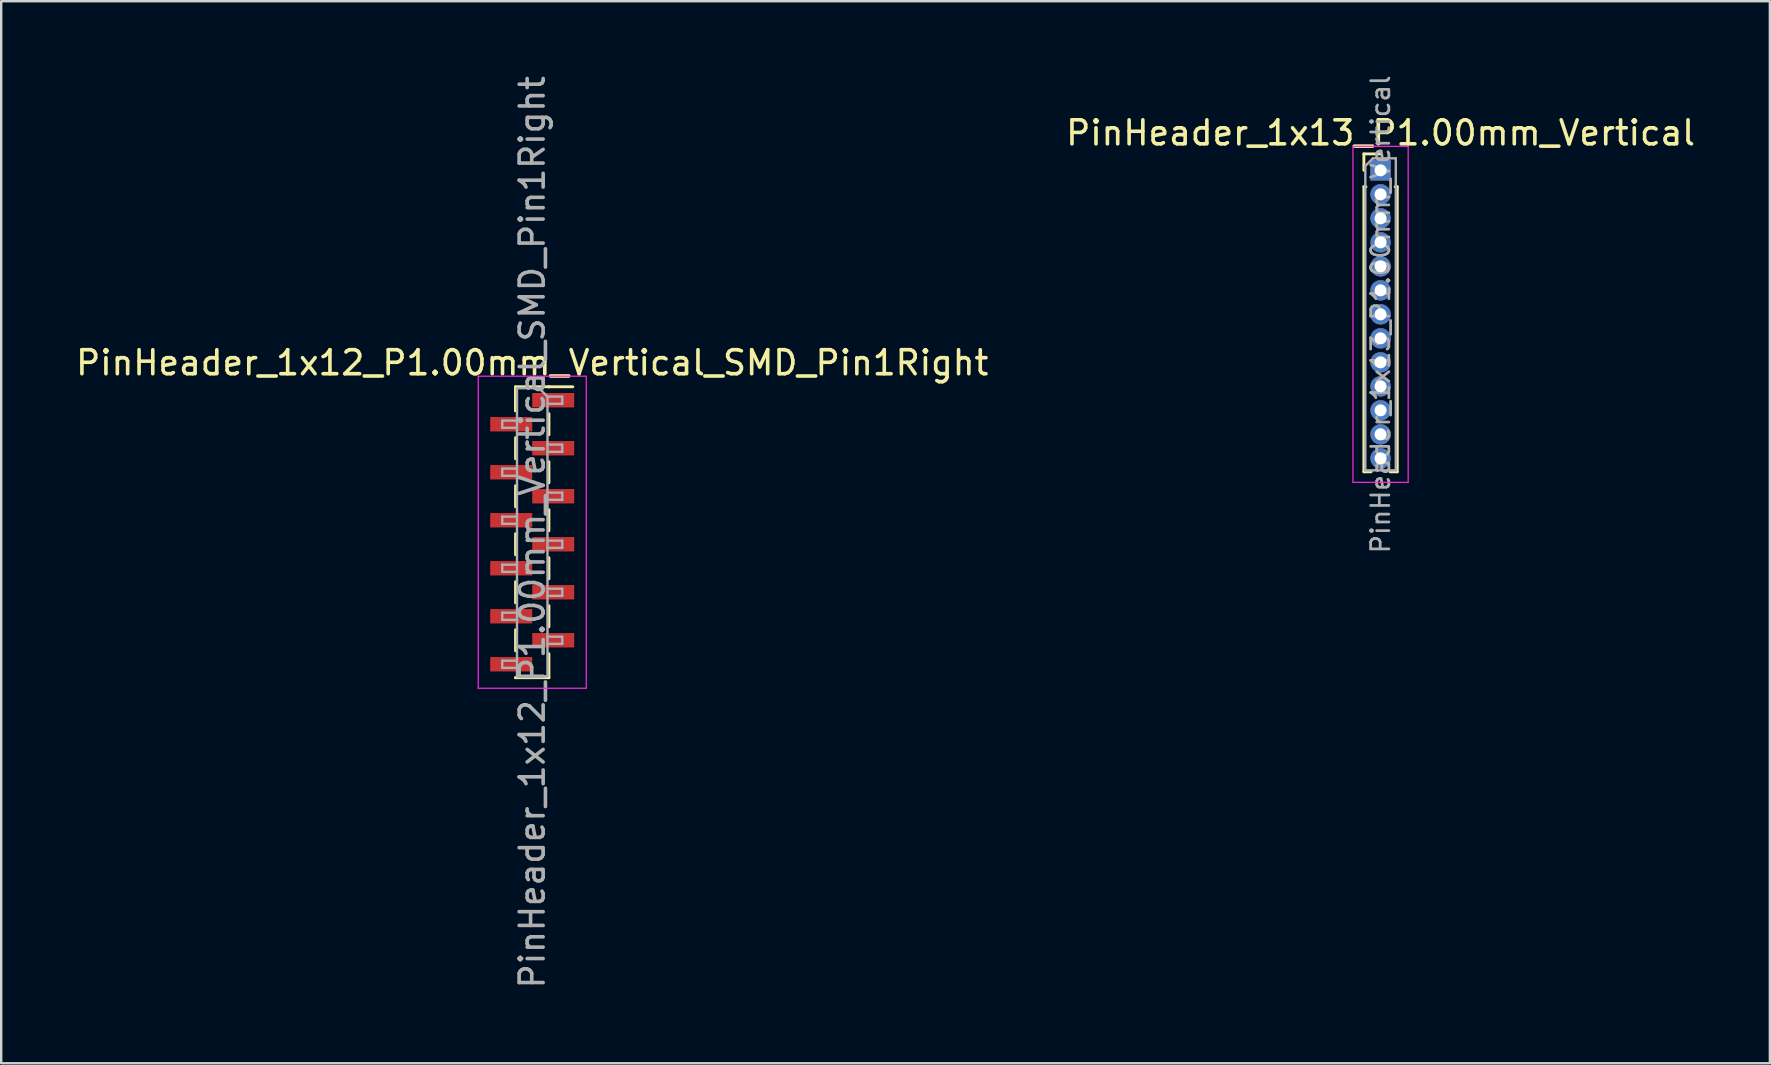
<source format=kicad_pcb>
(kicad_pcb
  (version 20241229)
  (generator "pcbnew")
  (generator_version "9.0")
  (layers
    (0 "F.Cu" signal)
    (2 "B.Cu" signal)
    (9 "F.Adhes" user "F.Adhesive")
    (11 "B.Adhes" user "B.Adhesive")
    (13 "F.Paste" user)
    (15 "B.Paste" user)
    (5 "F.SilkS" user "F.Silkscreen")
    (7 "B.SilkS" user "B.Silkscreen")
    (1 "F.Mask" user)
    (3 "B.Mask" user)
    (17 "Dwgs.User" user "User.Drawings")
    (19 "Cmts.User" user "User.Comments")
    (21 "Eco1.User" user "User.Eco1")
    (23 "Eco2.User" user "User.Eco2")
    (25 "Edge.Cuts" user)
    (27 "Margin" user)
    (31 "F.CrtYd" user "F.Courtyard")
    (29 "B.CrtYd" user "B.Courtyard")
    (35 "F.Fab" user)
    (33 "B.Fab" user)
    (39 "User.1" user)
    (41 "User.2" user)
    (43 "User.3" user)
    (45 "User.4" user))
  (footprint "PinHeader_1x13_P1.00mm_Vertical"
    (layer "F.Cu")
    (at 54.47 4.047)
    (property "Reference" "PinHeader_1x13_P1.00mm_Vertical" (at 0 -1.56 0) (layer "F.SilkS") (effects (font (size 1 1) (thickness 0.15))))
    (attr through_hole)
    (fp_line (start -0.695 -0.685) (end 0 -0.685) (stroke (width 0.12) (type solid)) (layer "F.SilkS"))
    (fp_line (start -0.695 0) (end -0.695 -0.685) (stroke (width 0.12) (type solid)) (layer "F.SilkS"))
    (fp_line (start -0.695 0.685) (end -0.695 12.56) (stroke (width 0.12) (type solid)) (layer "F.SilkS"))
    (fp_line (start -0.695 0.685) (end -0.608 0.685) (stroke (width 0.12) (type solid)) (layer "F.SilkS"))
    (fp_line (start -0.695 12.56) (end -0.394 12.56) (stroke (width 0.12) (type solid)) (layer "F.SilkS"))
    (fp_line (start 0.394 12.56) (end 0.695 12.56) (stroke (width 0.12) (type solid)) (layer "F.SilkS"))
    (fp_line (start 0.608 0.685) (end 0.695 0.685) (stroke (width 0.12) (type solid)) (layer "F.SilkS"))
    (fp_line (start 0.695 0.685) (end 0.695 12.56) (stroke (width 0.12) (type solid)) (layer "F.SilkS"))
    (fp_line (start -1.15 -1) (end -1.15 13) (stroke (width 0.05) (type solid)) (layer "F.CrtYd"))
    (fp_line (start -1.15 13) (end 1.15 13) (stroke (width 0.05) (type solid)) (layer "F.CrtYd"))
    (fp_line (start 1.15 -1) (end -1.15 -1) (stroke (width 0.05) (type solid)) (layer "F.CrtYd"))
    (fp_line (start 1.15 13) (end 1.15 -1) (stroke (width 0.05) (type solid)) (layer "F.CrtYd"))
    (fp_line (start -0.635 -0.182) (end -0.318 -0.5) (stroke (width 0.1) (type solid)) (layer "F.Fab"))
    (fp_line (start -0.635 12.5) (end -0.635 -0.182) (stroke (width 0.1) (type solid)) (layer "F.Fab"))
    (fp_line (start -0.318 -0.5) (end 0.635 -0.5) (stroke (width 0.1) (type solid)) (layer "F.Fab"))
    (fp_line (start 0.635 -0.5) (end 0.635 12.5) (stroke (width 0.1) (type solid)) (layer "F.Fab"))
    (fp_line (start 0.635 12.5) (end -0.635 12.5) (stroke (width 0.1) (type solid)) (layer "F.Fab"))
    (fp_text user "${REFERENCE}" (at 0 6 90) (layer "F.Fab") (effects (font (size 0.76 0.76) (thickness 0.114))))
    (pad "1" thru_hole rect (at 0 0) (size 0.85 0.85) (drill 0.5) (layers "*.Cu" "*.Mask"))
    (pad "2" thru_hole oval (at 0 1) (size 0.85 0.85) (drill 0.5) (layers "*.Cu" "*.Mask"))
    (pad "3" thru_hole oval (at 0 2) (size 0.85 0.85) (drill 0.5) (layers "*.Cu" "*.Mask"))
    (pad "4" thru_hole oval (at 0 3) (size 0.85 0.85) (drill 0.5) (layers "*.Cu" "*.Mask"))
    (pad "5" thru_hole oval (at 0 4) (size 0.85 0.85) (drill 0.5) (layers "*.Cu" "*.Mask"))
    (pad "6" thru_hole oval (at 0 5) (size 0.85 0.85) (drill 0.5) (layers "*.Cu" "*.Mask"))
    (pad "7" thru_hole oval (at 0 6) (size 0.85 0.85) (drill 0.5) (layers "*.Cu" "*.Mask"))
    (pad "8" thru_hole oval (at 0 7) (size 0.85 0.85) (drill 0.5) (layers "*.Cu" "*.Mask"))
    (pad "9" thru_hole oval (at 0 8) (size 0.85 0.85) (drill 0.5) (layers "*.Cu" "*.Mask"))
    (pad "10" thru_hole oval (at 0 9) (size 0.85 0.85) (drill 0.5) (layers "*.Cu" "*.Mask"))
    (pad "11" thru_hole oval (at 0 10) (size 0.85 0.85) (drill 0.5) (layers "*.Cu" "*.Mask"))
    (pad "12" thru_hole oval (at 0 11) (size 0.85 0.85) (drill 0.5) (layers "*.Cu" "*.Mask"))
    (pad "13" thru_hole oval (at 0 12) (size 0.85 0.85) (drill 0.5) (layers "*.Cu" "*.Mask")))
  (footprint "PinHeader_1x12_P1.00mm_Vertical_SMD_Pin1Right"
    (layer "F.Cu")
    (at 19.125 19.125)
    (property "Reference" "PinHeader_1x12_P1.00mm_Vertical_SMD_Pin1Right" (at 0 -7.06 0) (layer "F.SilkS") (effects (font (size 1 1) (thickness 0.15))))
    (attr smd)
    (fp_line (start -0.695 -6.06) (end -0.695 -5.06) (stroke (width 0.12) (type solid)) (layer "F.SilkS"))
    (fp_line (start -0.695 -6.06) (end 0.695 -6.06) (stroke (width 0.12) (type solid)) (layer "F.SilkS"))
    (fp_line (start -0.695 -5.94) (end -0.695 -5.06) (stroke (width 0.12) (type solid)) (layer "F.SilkS"))
    (fp_line (start -0.695 -3.94) (end -0.695 -3.06) (stroke (width 0.12) (type solid)) (layer "F.SilkS"))
    (fp_line (start -0.695 -1.94) (end -0.695 -1.06) (stroke (width 0.12) (type solid)) (layer "F.SilkS"))
    (fp_line (start -0.695 0.06) (end -0.695 0.94) (stroke (width 0.12) (type solid)) (layer "F.SilkS"))
    (fp_line (start -0.695 2.06) (end -0.695 2.94) (stroke (width 0.12) (type solid)) (layer "F.SilkS"))
    (fp_line (start -0.695 4.06) (end -0.695 4.94) (stroke (width 0.12) (type solid)) (layer "F.SilkS"))
    (fp_line (start -0.695 6.06) (end -0.695 6.06) (stroke (width 0.12) (type solid)) (layer "F.SilkS"))
    (fp_line (start -0.695 6.06) (end 0.695 6.06) (stroke (width 0.12) (type solid)) (layer "F.SilkS"))
    (fp_line (start 0.695 -6.06) (end 0.695 -6.06) (stroke (width 0.12) (type solid)) (layer "F.SilkS"))
    (fp_line (start 0.695 -6.06) (end 1.69 -6.06) (stroke (width 0.12) (type solid)) (layer "F.SilkS"))
    (fp_line (start 0.695 -4.94) (end 0.695 -4.06) (stroke (width 0.12) (type solid)) (layer "F.SilkS"))
    (fp_line (start 0.695 -2.94) (end 0.695 -2.06) (stroke (width 0.12) (type solid)) (layer "F.SilkS"))
    (fp_line (start 0.695 -0.94) (end 0.695 -0.06) (stroke (width 0.12) (type solid)) (layer "F.SilkS"))
    (fp_line (start 0.695 1.06) (end 0.695 1.94) (stroke (width 0.12) (type solid)) (layer "F.SilkS"))
    (fp_line (start 0.695 3.06) (end 0.695 3.94) (stroke (width 0.12) (type solid)) (layer "F.SilkS"))
    (fp_line (start 0.695 5.06) (end 0.695 6.06) (stroke (width 0.12) (type solid)) (layer "F.SilkS"))
    (fp_line (start -2.25 -6.5) (end -2.25 6.5) (stroke (width 0.05) (type solid)) (layer "F.CrtYd"))
    (fp_line (start -2.25 6.5) (end 2.25 6.5) (stroke (width 0.05) (type solid)) (layer "F.CrtYd"))
    (fp_line (start 2.25 -6.5) (end -2.25 -6.5) (stroke (width 0.05) (type solid)) (layer "F.CrtYd"))
    (fp_line (start 2.25 6.5) (end 2.25 -6.5) (stroke (width 0.05) (type solid)) (layer "F.CrtYd"))
    (fp_line (start -1.25 -4.65) (end -1.25 -4.35) (stroke (width 0.1) (type solid)) (layer "F.Fab"))
    (fp_line (start -1.25 -4.35) (end -0.635 -4.35) (stroke (width 0.1) (type solid)) (layer "F.Fab"))
    (fp_line (start -1.25 -2.65) (end -1.25 -2.35) (stroke (width 0.1) (type solid)) (layer "F.Fab"))
    (fp_line (start -1.25 -2.35) (end -0.635 -2.35) (stroke (width 0.1) (type solid)) (layer "F.Fab"))
    (fp_line (start -1.25 -0.65) (end -1.25 -0.35) (stroke (width 0.1) (type solid)) (layer "F.Fab"))
    (fp_line (start -1.25 -0.35) (end -0.635 -0.35) (stroke (width 0.1) (type solid)) (layer "F.Fab"))
    (fp_line (start -1.25 1.35) (end -1.25 1.65) (stroke (width 0.1) (type solid)) (layer "F.Fab"))
    (fp_line (start -1.25 1.65) (end -0.635 1.65) (stroke (width 0.1) (type solid)) (layer "F.Fab"))
    (fp_line (start -1.25 3.35) (end -1.25 3.65) (stroke (width 0.1) (type solid)) (layer "F.Fab"))
    (fp_line (start -1.25 3.65) (end -0.635 3.65) (stroke (width 0.1) (type solid)) (layer "F.Fab"))
    (fp_line (start -1.25 5.35) (end -1.25 5.65) (stroke (width 0.1) (type solid)) (layer "F.Fab"))
    (fp_line (start -1.25 5.65) (end -0.635 5.65) (stroke (width 0.1) (type solid)) (layer "F.Fab"))
    (fp_line (start -0.635 -6) (end -0.635 6) (stroke (width 0.1) (type solid)) (layer "F.Fab"))
    (fp_line (start -0.635 -6) (end 0.285 -6) (stroke (width 0.1) (type solid)) (layer "F.Fab"))
    (fp_line (start -0.635 -4.65) (end -1.25 -4.65) (stroke (width 0.1) (type solid)) (layer "F.Fab"))
    (fp_line (start -0.635 -2.65) (end -1.25 -2.65) (stroke (width 0.1) (type solid)) (layer "F.Fab"))
    (fp_line (start -0.635 -0.65) (end -1.25 -0.65) (stroke (width 0.1) (type solid)) (layer "F.Fab"))
    (fp_line (start -0.635 1.35) (end -1.25 1.35) (stroke (width 0.1) (type solid)) (layer "F.Fab"))
    (fp_line (start -0.635 3.35) (end -1.25 3.35) (stroke (width 0.1) (type solid)) (layer "F.Fab"))
    (fp_line (start -0.635 5.35) (end -1.25 5.35) (stroke (width 0.1) (type solid)) (layer "F.Fab"))
    (fp_line (start 0.635 -5.65) (end 0.285 -6) (stroke (width 0.1) (type solid)) (layer "F.Fab"))
    (fp_line (start 0.635 -5.65) (end 1.25 -5.65) (stroke (width 0.1) (type solid)) (layer "F.Fab"))
    (fp_line (start 0.635 -3.65) (end 1.25 -3.65) (stroke (width 0.1) (type solid)) (layer "F.Fab"))
    (fp_line (start 0.635 -1.65) (end 1.25 -1.65) (stroke (width 0.1) (type solid)) (layer "F.Fab"))
    (fp_line (start 0.635 0.35) (end 1.25 0.35) (stroke (width 0.1) (type solid)) (layer "F.Fab"))
    (fp_line (start 0.635 2.35) (end 1.25 2.35) (stroke (width 0.1) (type solid)) (layer "F.Fab"))
    (fp_line (start 0.635 4.35) (end 1.25 4.35) (stroke (width 0.1) (type solid)) (layer "F.Fab"))
    (fp_line (start 0.635 6) (end -0.635 6) (stroke (width 0.1) (type solid)) (layer "F.Fab"))
    (fp_line (start 0.635 6) (end 0.635 -5.65) (stroke (width 0.1) (type solid)) (layer "F.Fab"))
    (fp_line (start 1.25 -5.65) (end 1.25 -5.35) (stroke (width 0.1) (type solid)) (layer "F.Fab"))
    (fp_line (start 1.25 -5.35) (end 0.635 -5.35) (stroke (width 0.1) (type solid)) (layer "F.Fab"))
    (fp_line (start 1.25 -3.65) (end 1.25 -3.35) (stroke (width 0.1) (type solid)) (layer "F.Fab"))
    (fp_line (start 1.25 -3.35) (end 0.635 -3.35) (stroke (width 0.1) (type solid)) (layer "F.Fab"))
    (fp_line (start 1.25 -1.65) (end 1.25 -1.35) (stroke (width 0.1) (type solid)) (layer "F.Fab"))
    (fp_line (start 1.25 -1.35) (end 0.635 -1.35) (stroke (width 0.1) (type solid)) (layer "F.Fab"))
    (fp_line (start 1.25 0.35) (end 1.25 0.65) (stroke (width 0.1) (type solid)) (layer "F.Fab"))
    (fp_line (start 1.25 0.65) (end 0.635 0.65) (stroke (width 0.1) (type solid)) (layer "F.Fab"))
    (fp_line (start 1.25 2.35) (end 1.25 2.65) (stroke (width 0.1) (type solid)) (layer "F.Fab"))
    (fp_line (start 1.25 2.65) (end 0.635 2.65) (stroke (width 0.1) (type solid)) (layer "F.Fab"))
    (fp_line (start 1.25 4.35) (end 1.25 4.65) (stroke (width 0.1) (type solid)) (layer "F.Fab"))
    (fp_line (start 1.25 4.65) (end 0.635 4.65) (stroke (width 0.1) (type solid)) (layer "F.Fab"))
    (fp_text user "${REFERENCE}" (at 0 0 90) (layer "F.Fab") (effects (font (size 1 1) (thickness 0.15))))
    (pad "1" smd rect (at 0.875 -5.5) (size 1.75 0.6) (layers "F.Cu" "F.Mask" "F.Paste"))
    (pad "2" smd rect (at -0.875 -4.5) (size 1.75 0.6) (layers "F.Cu" "F.Mask" "F.Paste"))
    (pad "3" smd rect (at 0.875 -3.5) (size 1.75 0.6) (layers "F.Cu" "F.Mask" "F.Paste"))
    (pad "4" smd rect (at -0.875 -2.5) (size 1.75 0.6) (layers "F.Cu" "F.Mask" "F.Paste"))
    (pad "5" smd rect (at 0.875 -1.5) (size 1.75 0.6) (layers "F.Cu" "F.Mask" "F.Paste"))
    (pad "6" smd rect (at -0.875 -0.5) (size 1.75 0.6) (layers "F.Cu" "F.Mask" "F.Paste"))
    (pad "7" smd rect (at 0.875 0.5) (size 1.75 0.6) (layers "F.Cu" "F.Mask" "F.Paste"))
    (pad "8" smd rect (at -0.875 1.5) (size 1.75 0.6) (layers "F.Cu" "F.Mask" "F.Paste"))
    (pad "9" smd rect (at 0.875 2.5) (size 1.75 0.6) (layers "F.Cu" "F.Mask" "F.Paste"))
    (pad "10" smd rect (at -0.875 3.5) (size 1.75 0.6) (layers "F.Cu" "F.Mask" "F.Paste"))
    (pad "11" smd rect (at 0.875 4.5) (size 1.75 0.6) (layers "F.Cu" "F.Mask" "F.Paste"))
    (pad "12" smd rect (at -0.875 5.5) (size 1.75 0.6) (layers "F.Cu" "F.Mask" "F.Paste")))
  (gr_rect
    (start -3 -3)
    (end 70.69 41.25)
    (stroke (width 0.1) (type default))
    (fill no)
    (layer "Edge.Cuts")))
</source>
